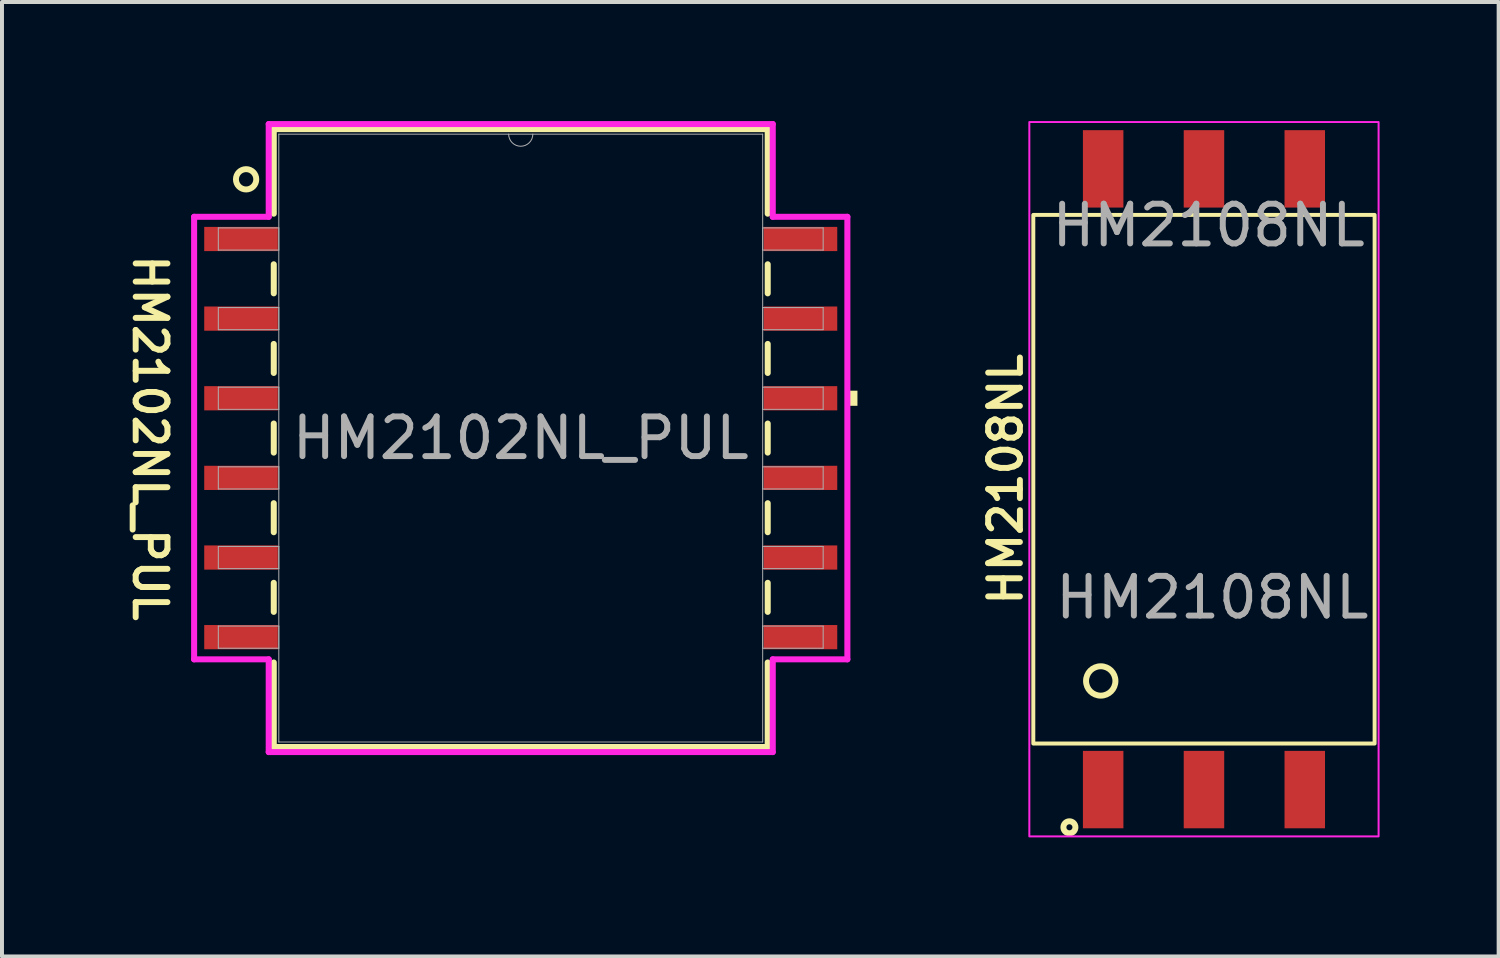
<source format=kicad_pcb>
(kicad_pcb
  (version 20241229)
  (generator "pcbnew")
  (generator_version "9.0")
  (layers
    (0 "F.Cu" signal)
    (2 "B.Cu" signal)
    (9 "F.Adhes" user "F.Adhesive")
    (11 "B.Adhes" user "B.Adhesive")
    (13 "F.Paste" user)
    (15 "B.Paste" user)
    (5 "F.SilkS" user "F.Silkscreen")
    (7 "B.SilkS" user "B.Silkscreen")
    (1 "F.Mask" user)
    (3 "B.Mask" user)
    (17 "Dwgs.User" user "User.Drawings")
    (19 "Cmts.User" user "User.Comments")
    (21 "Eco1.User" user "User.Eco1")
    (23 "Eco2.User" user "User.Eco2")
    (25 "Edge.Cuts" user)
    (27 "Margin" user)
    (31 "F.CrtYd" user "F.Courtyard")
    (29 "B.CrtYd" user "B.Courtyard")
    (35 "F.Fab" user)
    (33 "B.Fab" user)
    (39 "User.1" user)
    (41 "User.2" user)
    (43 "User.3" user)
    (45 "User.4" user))
  (footprint "HM2102NL_PUL"
    (layer "F.Cu")
    (at 10.071 7.988)
    (property "Reference" "HM2102NL_PUL" (at -9.34 0 270) (unlocked yes) (layer "F.SilkS") (effects (font (size 0.8 0.8) (thickness 0.15))))
    (attr smd)
    (fp_line (start -6.223 -7.785) (end -6.223 -5.654) (stroke (width 0.152) (type solid)) (layer "F.SilkS"))
    (fp_line (start -6.223 -4.379) (end -6.223 -3.647) (stroke (width 0.152) (type solid)) (layer "F.SilkS"))
    (fp_line (start -6.223 -2.372) (end -6.223 -1.641) (stroke (width 0.152) (type solid)) (layer "F.SilkS"))
    (fp_line (start -6.223 -0.366) (end -6.223 0.366) (stroke (width 0.152) (type solid)) (layer "F.SilkS"))
    (fp_line (start -6.223 1.641) (end -6.223 2.372) (stroke (width 0.152) (type solid)) (layer "F.SilkS"))
    (fp_line (start -6.223 3.647) (end -6.223 4.379) (stroke (width 0.152) (type solid)) (layer "F.SilkS"))
    (fp_line (start -6.223 5.654) (end -6.223 7.785) (stroke (width 0.152) (type solid)) (layer "F.SilkS"))
    (fp_line (start -6.223 7.785) (end 6.223 7.785) (stroke (width 0.152) (type solid)) (layer "F.SilkS"))
    (fp_line (start 6.223 -7.785) (end -6.223 -7.785) (stroke (width 0.152) (type solid)) (layer "F.SilkS"))
    (fp_line (start 6.223 -5.654) (end 6.223 -7.785) (stroke (width 0.152) (type solid)) (layer "F.SilkS"))
    (fp_line (start 6.223 -3.647) (end 6.223 -4.379) (stroke (width 0.152) (type solid)) (layer "F.SilkS"))
    (fp_line (start 6.223 -1.641) (end 6.223 -2.372) (stroke (width 0.152) (type solid)) (layer "F.SilkS"))
    (fp_line (start 6.223 0.366) (end 6.223 -0.366) (stroke (width 0.152) (type solid)) (layer "F.SilkS"))
    (fp_line (start 6.223 2.372) (end 6.223 1.641) (stroke (width 0.152) (type solid)) (layer "F.SilkS"))
    (fp_line (start 6.223 4.379) (end 6.223 3.647) (stroke (width 0.152) (type solid)) (layer "F.SilkS"))
    (fp_line (start 6.223 7.785) (end 6.223 5.654) (stroke (width 0.152) (type solid)) (layer "F.SilkS"))
    (fp_circle (center -6.92 -6.52) (end -6.664 -6.52) (stroke (width 0.15) (type default)) (fill no) (layer "F.SilkS"))
    (fp_poly (pts (xy 8.484 -1.194) (xy 8.484 -0.813) (xy 8.23 -0.813) (xy 8.23 -1.194)) (stroke (width 0) (type solid)) (fill yes) (layer "F.SilkS"))
    (fp_line (start -8.23 -5.575) (end -6.35 -5.575) (stroke (width 0.152) (type solid)) (layer "F.CrtYd"))
    (fp_line (start -8.23 5.575) (end -8.23 -5.575) (stroke (width 0.152) (type solid)) (layer "F.CrtYd"))
    (fp_line (start -8.23 5.575) (end -6.35 5.575) (stroke (width 0.152) (type solid)) (layer "F.CrtYd"))
    (fp_line (start -6.35 -7.912) (end 6.35 -7.912) (stroke (width 0.152) (type solid)) (layer "F.CrtYd"))
    (fp_line (start -6.35 -5.575) (end -6.35 -7.912) (stroke (width 0.152) (type solid)) (layer "F.CrtYd"))
    (fp_line (start -6.35 7.912) (end -6.35 5.575) (stroke (width 0.152) (type solid)) (layer "F.CrtYd"))
    (fp_line (start 6.35 -7.912) (end 6.35 -5.575) (stroke (width 0.152) (type solid)) (layer "F.CrtYd"))
    (fp_line (start 6.35 5.575) (end 6.35 7.912) (stroke (width 0.152) (type solid)) (layer "F.CrtYd"))
    (fp_line (start 6.35 7.912) (end -6.35 7.912) (stroke (width 0.152) (type solid)) (layer "F.CrtYd"))
    (fp_line (start 8.23 -5.575) (end 6.35 -5.575) (stroke (width 0.152) (type solid)) (layer "F.CrtYd"))
    (fp_line (start 8.23 -5.575) (end 8.23 5.575) (stroke (width 0.152) (type solid)) (layer "F.CrtYd"))
    (fp_line (start 8.23 5.575) (end 6.35 5.575) (stroke (width 0.152) (type solid)) (layer "F.CrtYd"))
    (fp_line (start -7.62 -5.296) (end -7.62 -4.737) (stroke (width 0.025) (type solid)) (layer "F.Fab"))
    (fp_line (start -7.62 -4.737) (end -6.096 -4.737) (stroke (width 0.025) (type solid)) (layer "F.Fab"))
    (fp_line (start -7.62 -3.289) (end -7.62 -2.731) (stroke (width 0.025) (type solid)) (layer "F.Fab"))
    (fp_line (start -7.62 -2.731) (end -6.096 -2.731) (stroke (width 0.025) (type solid)) (layer "F.Fab"))
    (fp_line (start -7.62 -1.283) (end -7.62 -0.724) (stroke (width 0.025) (type solid)) (layer "F.Fab"))
    (fp_line (start -7.62 -0.724) (end -6.096 -0.724) (stroke (width 0.025) (type solid)) (layer "F.Fab"))
    (fp_line (start -7.62 0.724) (end -7.62 1.283) (stroke (width 0.025) (type solid)) (layer "F.Fab"))
    (fp_line (start -7.62 1.283) (end -6.096 1.283) (stroke (width 0.025) (type solid)) (layer "F.Fab"))
    (fp_line (start -7.62 2.731) (end -7.62 3.289) (stroke (width 0.025) (type solid)) (layer "F.Fab"))
    (fp_line (start -7.62 3.289) (end -6.096 3.289) (stroke (width 0.025) (type solid)) (layer "F.Fab"))
    (fp_line (start -7.62 4.737) (end -7.62 5.296) (stroke (width 0.025) (type solid)) (layer "F.Fab"))
    (fp_line (start -7.62 5.296) (end -6.096 5.296) (stroke (width 0.025) (type solid)) (layer "F.Fab"))
    (fp_line (start -6.096 -7.658) (end -6.096 7.658) (stroke (width 0.025) (type solid)) (layer "F.Fab"))
    (fp_line (start -6.096 -5.296) (end -7.62 -5.296) (stroke (width 0.025) (type solid)) (layer "F.Fab"))
    (fp_line (start -6.096 -4.737) (end -6.096 -5.296) (stroke (width 0.025) (type solid)) (layer "F.Fab"))
    (fp_line (start -6.096 -3.289) (end -7.62 -3.289) (stroke (width 0.025) (type solid)) (layer "F.Fab"))
    (fp_line (start -6.096 -2.731) (end -6.096 -3.289) (stroke (width 0.025) (type solid)) (layer "F.Fab"))
    (fp_line (start -6.096 -1.283) (end -7.62 -1.283) (stroke (width 0.025) (type solid)) (layer "F.Fab"))
    (fp_line (start -6.096 -0.724) (end -6.096 -1.283) (stroke (width 0.025) (type solid)) (layer "F.Fab"))
    (fp_line (start -6.096 0.724) (end -7.62 0.724) (stroke (width 0.025) (type solid)) (layer "F.Fab"))
    (fp_line (start -6.096 1.283) (end -6.096 0.724) (stroke (width 0.025) (type solid)) (layer "F.Fab"))
    (fp_line (start -6.096 2.731) (end -7.62 2.731) (stroke (width 0.025) (type solid)) (layer "F.Fab"))
    (fp_line (start -6.096 3.289) (end -6.096 2.731) (stroke (width 0.025) (type solid)) (layer "F.Fab"))
    (fp_line (start -6.096 4.737) (end -7.62 4.737) (stroke (width 0.025) (type solid)) (layer "F.Fab"))
    (fp_line (start -6.096 5.296) (end -6.096 4.737) (stroke (width 0.025) (type solid)) (layer "F.Fab"))
    (fp_line (start -6.096 7.658) (end 6.096 7.658) (stroke (width 0.025) (type solid)) (layer "F.Fab"))
    (fp_line (start 6.096 -7.658) (end -6.096 -7.658) (stroke (width 0.025) (type solid)) (layer "F.Fab"))
    (fp_line (start 6.096 -5.296) (end 6.096 -4.737) (stroke (width 0.025) (type solid)) (layer "F.Fab"))
    (fp_line (start 6.096 -4.737) (end 7.62 -4.737) (stroke (width 0.025) (type solid)) (layer "F.Fab"))
    (fp_line (start 6.096 -3.289) (end 6.096 -2.731) (stroke (width 0.025) (type solid)) (layer "F.Fab"))
    (fp_line (start 6.096 -2.731) (end 7.62 -2.731) (stroke (width 0.025) (type solid)) (layer "F.Fab"))
    (fp_line (start 6.096 -1.283) (end 6.096 -0.724) (stroke (width 0.025) (type solid)) (layer "F.Fab"))
    (fp_line (start 6.096 -0.724) (end 7.62 -0.724) (stroke (width 0.025) (type solid)) (layer "F.Fab"))
    (fp_line (start 6.096 0.724) (end 6.096 1.283) (stroke (width 0.025) (type solid)) (layer "F.Fab"))
    (fp_line (start 6.096 1.283) (end 7.62 1.283) (stroke (width 0.025) (type solid)) (layer "F.Fab"))
    (fp_line (start 6.096 2.731) (end 6.096 3.289) (stroke (width 0.025) (type solid)) (layer "F.Fab"))
    (fp_line (start 6.096 3.289) (end 7.62 3.289) (stroke (width 0.025) (type solid)) (layer "F.Fab"))
    (fp_line (start 6.096 4.737) (end 6.096 5.296) (stroke (width 0.025) (type solid)) (layer "F.Fab"))
    (fp_line (start 6.096 5.296) (end 7.62 5.296) (stroke (width 0.025) (type solid)) (layer "F.Fab"))
    (fp_line (start 6.096 7.658) (end 6.096 -7.658) (stroke (width 0.025) (type solid)) (layer "F.Fab"))
    (fp_line (start 7.62 -5.296) (end 6.096 -5.296) (stroke (width 0.025) (type solid)) (layer "F.Fab"))
    (fp_line (start 7.62 -4.737) (end 7.62 -5.296) (stroke (width 0.025) (type solid)) (layer "F.Fab"))
    (fp_line (start 7.62 -3.289) (end 6.096 -3.289) (stroke (width 0.025) (type solid)) (layer "F.Fab"))
    (fp_line (start 7.62 -2.731) (end 7.62 -3.289) (stroke (width 0.025) (type solid)) (layer "F.Fab"))
    (fp_line (start 7.62 -1.283) (end 6.096 -1.283) (stroke (width 0.025) (type solid)) (layer "F.Fab"))
    (fp_line (start 7.62 -0.724) (end 7.62 -1.283) (stroke (width 0.025) (type solid)) (layer "F.Fab"))
    (fp_line (start 7.62 0.724) (end 6.096 0.724) (stroke (width 0.025) (type solid)) (layer "F.Fab"))
    (fp_line (start 7.62 1.283) (end 7.62 0.724) (stroke (width 0.025) (type solid)) (layer "F.Fab"))
    (fp_line (start 7.62 2.731) (end 6.096 2.731) (stroke (width 0.025) (type solid)) (layer "F.Fab"))
    (fp_line (start 7.62 3.289) (end 7.62 2.731) (stroke (width 0.025) (type solid)) (layer "F.Fab"))
    (fp_line (start 7.62 4.737) (end 6.096 4.737) (stroke (width 0.025) (type solid)) (layer "F.Fab"))
    (fp_line (start 7.62 5.296) (end 7.62 4.737) (stroke (width 0.025) (type solid)) (layer "F.Fab"))
    (fp_arc (start 0.3048 -7.6581) (mid 0 -7.3533) (end -0.3048 -7.6581) (stroke (width 0.0254) (type solid)) (layer "F.Fab"))
    (fp_text user "${REFERENCE}" (at 0 0 0) (unlocked yes) (layer "F.Fab") (effects (font (size 1 1) (thickness 0.15))))
    (pad "1" smd rect (at -7.048 -5.016) (size 1.854 0.61) (layers "F.Cu" "F.Mask" "F.Paste"))
    (pad "2" smd rect (at -7.048 -3.01) (size 1.854 0.61) (layers "F.Cu" "F.Mask" "F.Paste"))
    (pad "3" smd rect (at -7.048 -1.003) (size 1.854 0.61) (layers "F.Cu" "F.Mask" "F.Paste"))
    (pad "4" smd rect (at -7.048 1.003) (size 1.854 0.61) (layers "F.Cu" "F.Mask" "F.Paste"))
    (pad "5" smd rect (at -7.048 3.01) (size 1.854 0.61) (layers "F.Cu" "F.Mask" "F.Paste"))
    (pad "6" smd rect (at -7.048 5.016) (size 1.854 0.61) (layers "F.Cu" "F.Mask" "F.Paste"))
    (pad "7" smd rect (at 7.048 5.016) (size 1.854 0.61) (layers "F.Cu" "F.Mask" "F.Paste"))
    (pad "8" smd rect (at 7.048 3.01) (size 1.854 0.61) (layers "F.Cu" "F.Mask" "F.Paste"))
    (pad "9" smd rect (at 7.048 1.003) (size 1.854 0.61) (layers "F.Cu" "F.Mask" "F.Paste"))
    (pad "10" smd rect (at 7.048 -1.003) (size 1.854 0.61) (layers "F.Cu" "F.Mask" "F.Paste"))
    (pad "11" smd rect (at 7.048 -3.01) (size 1.854 0.61) (layers "F.Cu" "F.Mask" "F.Paste"))
    (pad "12" smd rect (at 7.048 -5.016) (size 1.854 0.61) (layers "F.Cu" "F.Mask" "F.Paste")))
  (footprint "HM2108NL"
    (layer "F.Cu")
    (at 27.286 9.025)
    (property "Reference" "HM2108NL" (at -5 0 90) (unlocked yes) (layer "F.SilkS") (effects (font (size 0.8 0.8) (thickness 0.15) (bold yes))))
    (attr smd)
    (fp_rect (start -4.3 -6.66) (end 4.3 6.66) (stroke (width 0.1) (type default)) (fill no) (layer "F.SilkS"))
    (fp_circle (center -3.39 8.77) (end -3.24 8.75) (stroke (width 0.15) (type solid)) (fill no) (layer "F.SilkS"))
    (fp_circle (center -2.601 5.083) (end -2.245 4.982) (stroke (width 0.15) (type solid)) (fill no) (layer "F.SilkS"))
    (fp_rect (start -4.4 -9) (end 4.4 9) (stroke (width 0.05) (type default)) (fill no) (layer "F.CrtYd"))
    (fp_text user "${REFERENCE}" (at 0.117 -6.397 180) (layer "F.Fab") (effects (font (size 1 1) (thickness 0.15))))
    (fp_text user "${REFERENCE}" (at 0.21 2.98 0) (unlocked yes) (layer "F.Fab") (effects (font (size 1 1) (thickness 0.15))))
    (pad "1" smd rect (at -2.54 7.82) (size 1.02 1.95) (layers "F.Cu" "F.Mask" "F.Paste"))
    (pad "2" smd rect (at 0 7.82) (size 1.02 1.95) (layers "F.Cu" "F.Mask" "F.Paste"))
    (pad "3" smd rect (at 2.54 7.82) (size 1.02 1.95) (layers "F.Cu" "F.Mask" "F.Paste"))
    (pad "4" smd rect (at -2.54 -7.82) (size 1.02 1.95) (layers "F.Cu" "F.Mask" "F.Paste"))
    (pad "5" smd rect (at 0 -7.82) (size 1.02 1.95) (layers "F.Cu" "F.Mask" "F.Paste"))
    (pad "6" smd rect (at 2.54 -7.82) (size 1.02 1.95) (layers "F.Cu" "F.Mask" "F.Paste")))
  (gr_rect
    (start -3 -3)
    (end 34.711 21.05)
    (stroke (width 0.1) (type default))
    (fill no)
    (layer "Edge.Cuts")))
</source>
